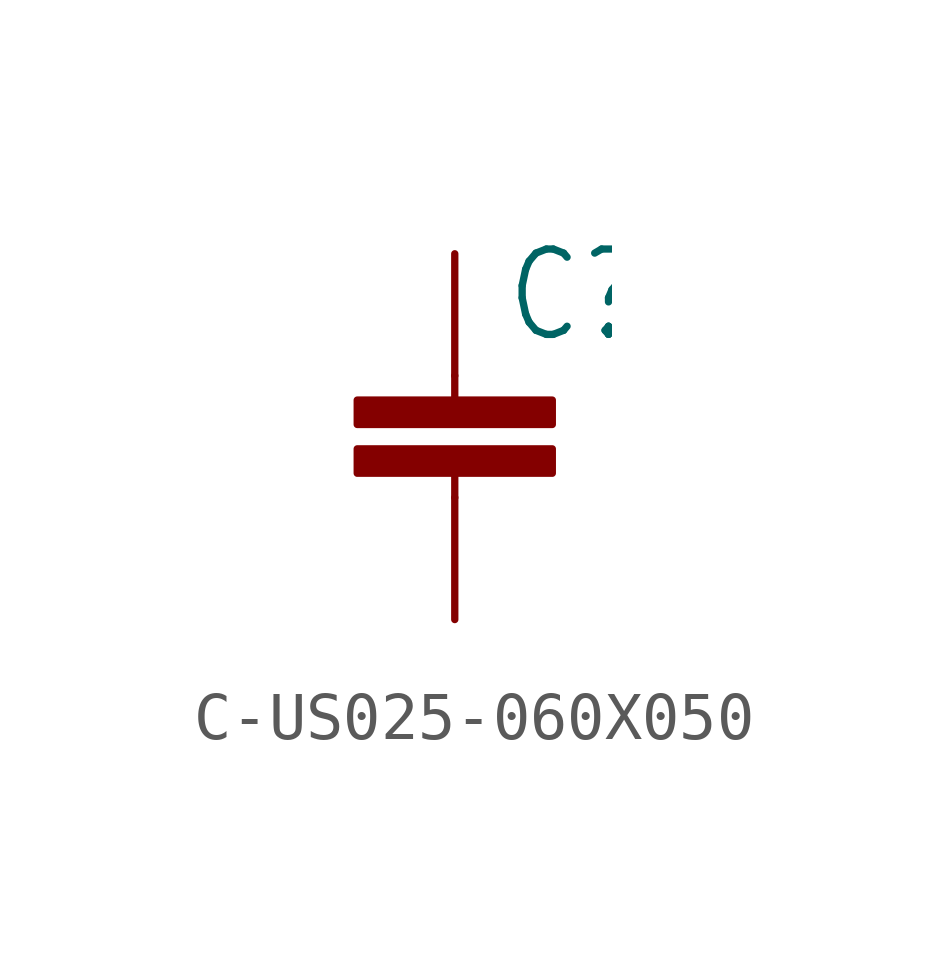
<source format=kicad_sym>
(kicad_symbol_lib
  (version 20231120)
  (generator "kicad_symbol_editor")
  (generator_version "8.99")
  (symbol "C-US025-060X050"
    (property "Reference" "C"
      (at 1.016 0.635 0)
      (effects (font (size 1.778 1.511)) (justify left bottom)))
    (property "Value" ""
      (at 1.016 -4.191 0)
      (effects (font (size 1.778 1.511)) (justify left bottom)))
    (property "ki_locked" ""
      (at 0 0 0)
      (effects (font (size 1.27 1.27))))
    (symbol "C-US025-060X050_1_0"
      (rectangle (start -2.032 -2.032) (end 2.032 -1.524) (stroke (width 0) (type default)) (fill (type outline)))
      (rectangle (start -2.032 -1.016) (end 2.032 -0.508) (stroke (width 0) (type default)) (fill (type outline)))
      (polyline (pts (xy 0 -2.54) (xy 0 -2.032)) (stroke (width 0.152) (type solid)) (fill (type none)))
      (polyline (pts (xy 0 0) (xy 0 -0.508)) (stroke (width 0.152) (type solid)) (fill (type none)))
      (pin passive line (at 0 2.54 270) (length 2.54) (name "1" (effects (font (size 0 0)))) (number "1" (effects (font (size 0 0)))))
      (pin passive line (at 0 -5.08 90) (length 2.54) (name "2" (effects (font (size 0 0)))) (number "2" (effects (font (size 0 0))))))))
</source>
